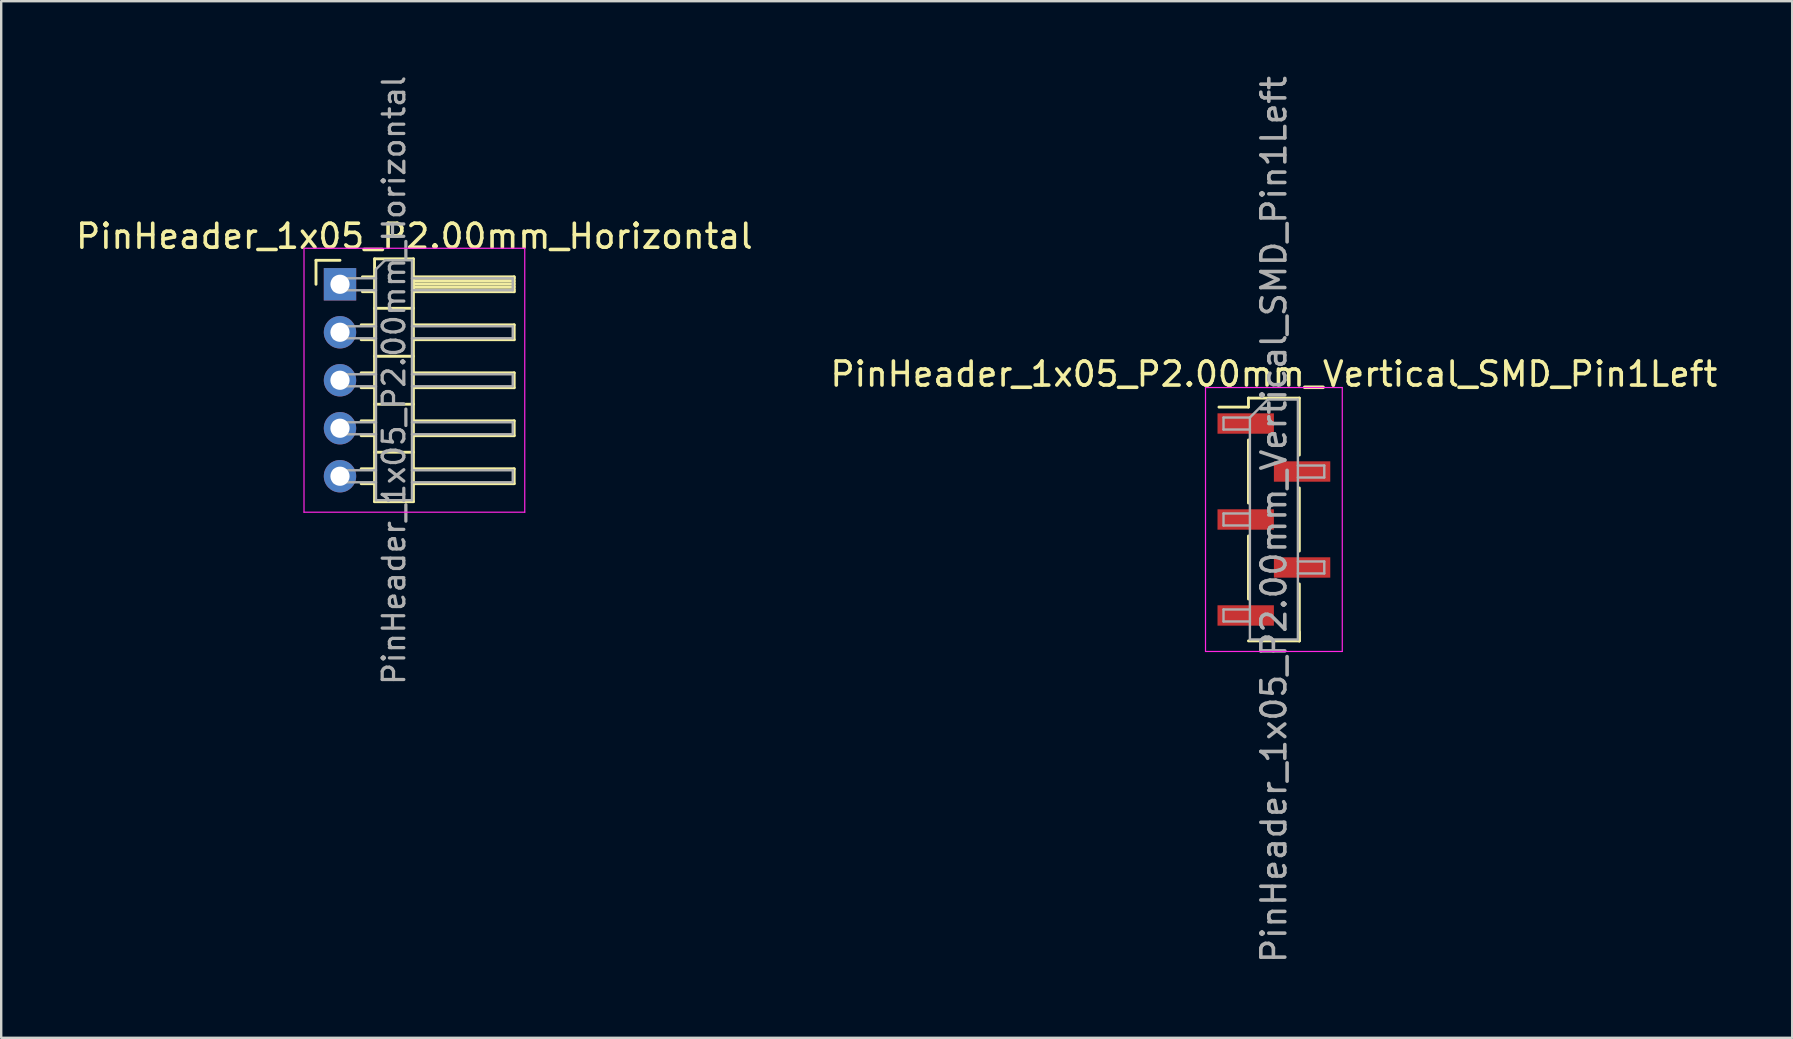
<source format=kicad_pcb>
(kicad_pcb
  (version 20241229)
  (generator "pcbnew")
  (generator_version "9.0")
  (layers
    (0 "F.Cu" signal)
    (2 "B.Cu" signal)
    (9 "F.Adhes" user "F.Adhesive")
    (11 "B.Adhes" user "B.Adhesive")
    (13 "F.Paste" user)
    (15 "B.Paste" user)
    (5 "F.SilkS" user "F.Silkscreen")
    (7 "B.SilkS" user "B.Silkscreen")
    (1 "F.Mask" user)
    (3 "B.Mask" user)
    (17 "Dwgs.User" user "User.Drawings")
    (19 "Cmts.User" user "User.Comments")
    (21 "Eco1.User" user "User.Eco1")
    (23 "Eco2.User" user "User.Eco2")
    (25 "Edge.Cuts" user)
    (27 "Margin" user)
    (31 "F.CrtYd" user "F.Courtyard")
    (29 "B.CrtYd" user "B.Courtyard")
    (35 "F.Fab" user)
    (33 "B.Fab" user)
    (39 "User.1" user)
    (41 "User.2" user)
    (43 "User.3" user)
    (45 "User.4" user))
  (footprint "PinHeader_1x05_P2.00mm_Vertical_SMD_Pin1Left"
    (layer "F.Cu")
    (at 50.042 18.601)
    (property "Reference" "PinHeader_1x05_P2.00mm_Vertical_SMD_Pin1Left" (at 0 -6.06 0) (layer "F.SilkS") (effects (font (size 1 1) (thickness 0.15))))
    (attr smd)
    (fp_line (start -1.06 -5.06) (end -1.06 -4.685) (stroke (width 0.12) (type solid)) (layer "F.SilkS"))
    (fp_line (start -1.06 -5.06) (end 1.06 -5.06) (stroke (width 0.12) (type solid)) (layer "F.SilkS"))
    (fp_line (start -1.06 -4.685) (end -2.29 -4.685) (stroke (width 0.12) (type solid)) (layer "F.SilkS"))
    (fp_line (start -1.06 -3.315) (end -1.06 -0.685) (stroke (width 0.12) (type solid)) (layer "F.SilkS"))
    (fp_line (start -1.06 0.685) (end -1.06 3.315) (stroke (width 0.12) (type solid)) (layer "F.SilkS"))
    (fp_line (start -1.06 5.06) (end 1.06 5.06) (stroke (width 0.12) (type solid)) (layer "F.SilkS"))
    (fp_line (start 1.06 -5.06) (end 1.06 -2.685) (stroke (width 0.12) (type solid)) (layer "F.SilkS"))
    (fp_line (start 1.06 -1.315) (end 1.06 1.315) (stroke (width 0.12) (type solid)) (layer "F.SilkS"))
    (fp_line (start 1.06 2.685) (end 1.06 5.06) (stroke (width 0.12) (type solid)) (layer "F.SilkS"))
    (fp_line (start 1.06 4.685) (end 1.06 5.06) (stroke (width 0.12) (type solid)) (layer "F.SilkS"))
    (fp_line (start -2.85 -5.5) (end -2.85 5.5) (stroke (width 0.05) (type solid)) (layer "F.CrtYd"))
    (fp_line (start -2.85 5.5) (end 2.85 5.5) (stroke (width 0.05) (type solid)) (layer "F.CrtYd"))
    (fp_line (start 2.85 -5.5) (end -2.85 -5.5) (stroke (width 0.05) (type solid)) (layer "F.CrtYd"))
    (fp_line (start 2.85 5.5) (end 2.85 -5.5) (stroke (width 0.05) (type solid)) (layer "F.CrtYd"))
    (fp_line (start -2.1 -4.25) (end -2.1 -3.75) (stroke (width 0.1) (type solid)) (layer "F.Fab"))
    (fp_line (start -2.1 -3.75) (end -1 -3.75) (stroke (width 0.1) (type solid)) (layer "F.Fab"))
    (fp_line (start -2.1 -0.25) (end -2.1 0.25) (stroke (width 0.1) (type solid)) (layer "F.Fab"))
    (fp_line (start -2.1 0.25) (end -1 0.25) (stroke (width 0.1) (type solid)) (layer "F.Fab"))
    (fp_line (start -2.1 3.75) (end -2.1 4.25) (stroke (width 0.1) (type solid)) (layer "F.Fab"))
    (fp_line (start -2.1 4.25) (end -1 4.25) (stroke (width 0.1) (type solid)) (layer "F.Fab"))
    (fp_line (start -1 -4.25) (end -2.1 -4.25) (stroke (width 0.1) (type solid)) (layer "F.Fab"))
    (fp_line (start -1 -4.25) (end -0.25 -5) (stroke (width 0.1) (type solid)) (layer "F.Fab"))
    (fp_line (start -1 -0.25) (end -2.1 -0.25) (stroke (width 0.1) (type solid)) (layer "F.Fab"))
    (fp_line (start -1 3.75) (end -2.1 3.75) (stroke (width 0.1) (type solid)) (layer "F.Fab"))
    (fp_line (start -1 5) (end -1 -4.25) (stroke (width 0.1) (type solid)) (layer "F.Fab"))
    (fp_line (start -0.25 -5) (end 1 -5) (stroke (width 0.1) (type solid)) (layer "F.Fab"))
    (fp_line (start 1 -5) (end 1 5) (stroke (width 0.1) (type solid)) (layer "F.Fab"))
    (fp_line (start 1 -2.25) (end 2.1 -2.25) (stroke (width 0.1) (type solid)) (layer "F.Fab"))
    (fp_line (start 1 1.75) (end 2.1 1.75) (stroke (width 0.1) (type solid)) (layer "F.Fab"))
    (fp_line (start 1 5) (end -1 5) (stroke (width 0.1) (type solid)) (layer "F.Fab"))
    (fp_line (start 2.1 -2.25) (end 2.1 -1.75) (stroke (width 0.1) (type solid)) (layer "F.Fab"))
    (fp_line (start 2.1 -1.75) (end 1 -1.75) (stroke (width 0.1) (type solid)) (layer "F.Fab"))
    (fp_line (start 2.1 1.75) (end 2.1 2.25) (stroke (width 0.1) (type solid)) (layer "F.Fab"))
    (fp_line (start 2.1 2.25) (end 1 2.25) (stroke (width 0.1) (type solid)) (layer "F.Fab"))
    (fp_text user "${REFERENCE}" (at 0 0 90) (layer "F.Fab") (effects (font (size 1 1) (thickness 0.15))))
    (pad "1" smd rect (at -1.175 -4) (size 2.35 0.85) (layers "F.Cu" "F.Mask" "F.Paste"))
    (pad "2" smd rect (at 1.175 -2) (size 2.35 0.85) (layers "F.Cu" "F.Mask" "F.Paste"))
    (pad "3" smd rect (at -1.175 0) (size 2.35 0.85) (layers "F.Cu" "F.Mask" "F.Paste"))
    (pad "4" smd rect (at 1.175 2) (size 2.35 0.85) (layers "F.Cu" "F.Mask" "F.Paste"))
    (pad "5" smd rect (at -1.175 4) (size 2.35 0.85) (layers "F.Cu" "F.Mask" "F.Paste")))
  (footprint "PinHeader_1x05_P2.00mm_Horizontal"
    (layer "F.Cu")
    (at 11.12 8.798)
    (property "Reference" "PinHeader_1x05_P2.00mm_Horizontal" (at 3.1 -2 0) (layer "F.SilkS") (effects (font (size 1 1) (thickness 0.15))))
    (attr through_hole)
    (fp_line (start -1 -1) (end 0 -1) (stroke (width 0.12) (type solid)) (layer "F.SilkS"))
    (fp_line (start -1 0) (end -1 -1) (stroke (width 0.12) (type solid)) (layer "F.SilkS"))
    (fp_line (start 0.882 1.69) (end 1.44 1.69) (stroke (width 0.12) (type solid)) (layer "F.SilkS"))
    (fp_line (start 0.882 2.31) (end 1.44 2.31) (stroke (width 0.12) (type solid)) (layer "F.SilkS"))
    (fp_line (start 0.882 3.69) (end 1.44 3.69) (stroke (width 0.12) (type solid)) (layer "F.SilkS"))
    (fp_line (start 0.882 4.31) (end 1.44 4.31) (stroke (width 0.12) (type solid)) (layer "F.SilkS"))
    (fp_line (start 0.882 5.69) (end 1.44 5.69) (stroke (width 0.12) (type solid)) (layer "F.SilkS"))
    (fp_line (start 0.882 6.31) (end 1.44 6.31) (stroke (width 0.12) (type solid)) (layer "F.SilkS"))
    (fp_line (start 0.882 7.69) (end 1.44 7.69) (stroke (width 0.12) (type solid)) (layer "F.SilkS"))
    (fp_line (start 0.882 8.31) (end 1.44 8.31) (stroke (width 0.12) (type solid)) (layer "F.SilkS"))
    (fp_line (start 0.935 -0.31) (end 1.44 -0.31) (stroke (width 0.12) (type solid)) (layer "F.SilkS"))
    (fp_line (start 0.935 0.31) (end 1.44 0.31) (stroke (width 0.12) (type solid)) (layer "F.SilkS"))
    (fp_line (start 1.44 -1.06) (end 1.44 9.06) (stroke (width 0.12) (type solid)) (layer "F.SilkS"))
    (fp_line (start 1.44 1) (end 3.06 1) (stroke (width 0.12) (type solid)) (layer "F.SilkS"))
    (fp_line (start 1.44 3) (end 3.06 3) (stroke (width 0.12) (type solid)) (layer "F.SilkS"))
    (fp_line (start 1.44 5) (end 3.06 5) (stroke (width 0.12) (type solid)) (layer "F.SilkS"))
    (fp_line (start 1.44 7) (end 3.06 7) (stroke (width 0.12) (type solid)) (layer "F.SilkS"))
    (fp_line (start 1.44 9.06) (end 3.06 9.06) (stroke (width 0.12) (type solid)) (layer "F.SilkS"))
    (fp_line (start 3.06 -1.06) (end 1.44 -1.06) (stroke (width 0.12) (type solid)) (layer "F.SilkS"))
    (fp_line (start 3.06 -0.31) (end 7.26 -0.31) (stroke (width 0.12) (type solid)) (layer "F.SilkS"))
    (fp_line (start 3.06 -0.25) (end 7.26 -0.25) (stroke (width 0.12) (type solid)) (layer "F.SilkS"))
    (fp_line (start 3.06 -0.13) (end 7.26 -0.13) (stroke (width 0.12) (type solid)) (layer "F.SilkS"))
    (fp_line (start 3.06 -0.01) (end 7.26 -0.01) (stroke (width 0.12) (type solid)) (layer "F.SilkS"))
    (fp_line (start 3.06 0.11) (end 7.26 0.11) (stroke (width 0.12) (type solid)) (layer "F.SilkS"))
    (fp_line (start 3.06 0.23) (end 7.26 0.23) (stroke (width 0.12) (type solid)) (layer "F.SilkS"))
    (fp_line (start 3.06 1.69) (end 7.26 1.69) (stroke (width 0.12) (type solid)) (layer "F.SilkS"))
    (fp_line (start 3.06 3.69) (end 7.26 3.69) (stroke (width 0.12) (type solid)) (layer "F.SilkS"))
    (fp_line (start 3.06 5.69) (end 7.26 5.69) (stroke (width 0.12) (type solid)) (layer "F.SilkS"))
    (fp_line (start 3.06 7.69) (end 7.26 7.69) (stroke (width 0.12) (type solid)) (layer "F.SilkS"))
    (fp_line (start 3.06 9.06) (end 3.06 -1.06) (stroke (width 0.12) (type solid)) (layer "F.SilkS"))
    (fp_line (start 7.26 -0.31) (end 7.26 0.31) (stroke (width 0.12) (type solid)) (layer "F.SilkS"))
    (fp_line (start 7.26 0.31) (end 3.06 0.31) (stroke (width 0.12) (type solid)) (layer "F.SilkS"))
    (fp_line (start 7.26 1.69) (end 7.26 2.31) (stroke (width 0.12) (type solid)) (layer "F.SilkS"))
    (fp_line (start 7.26 2.31) (end 3.06 2.31) (stroke (width 0.12) (type solid)) (layer "F.SilkS"))
    (fp_line (start 7.26 3.69) (end 7.26 4.31) (stroke (width 0.12) (type solid)) (layer "F.SilkS"))
    (fp_line (start 7.26 4.31) (end 3.06 4.31) (stroke (width 0.12) (type solid)) (layer "F.SilkS"))
    (fp_line (start 7.26 5.69) (end 7.26 6.31) (stroke (width 0.12) (type solid)) (layer "F.SilkS"))
    (fp_line (start 7.26 6.31) (end 3.06 6.31) (stroke (width 0.12) (type solid)) (layer "F.SilkS"))
    (fp_line (start 7.26 7.69) (end 7.26 8.31) (stroke (width 0.12) (type solid)) (layer "F.SilkS"))
    (fp_line (start 7.26 8.31) (end 3.06 8.31) (stroke (width 0.12) (type solid)) (layer "F.SilkS"))
    (fp_line (start -1.5 -1.5) (end -1.5 9.5) (stroke (width 0.05) (type solid)) (layer "F.CrtYd"))
    (fp_line (start -1.5 9.5) (end 7.7 9.5) (stroke (width 0.05) (type solid)) (layer "F.CrtYd"))
    (fp_line (start 7.7 -1.5) (end -1.5 -1.5) (stroke (width 0.05) (type solid)) (layer "F.CrtYd"))
    (fp_line (start 7.7 9.5) (end 7.7 -1.5) (stroke (width 0.05) (type solid)) (layer "F.CrtYd"))
    (fp_line (start -0.25 -0.25) (end -0.25 0.25) (stroke (width 0.1) (type solid)) (layer "F.Fab"))
    (fp_line (start -0.25 -0.25) (end 1.5 -0.25) (stroke (width 0.1) (type solid)) (layer "F.Fab"))
    (fp_line (start -0.25 0.25) (end 1.5 0.25) (stroke (width 0.1) (type solid)) (layer "F.Fab"))
    (fp_line (start -0.25 1.75) (end -0.25 2.25) (stroke (width 0.1) (type solid)) (layer "F.Fab"))
    (fp_line (start -0.25 1.75) (end 1.5 1.75) (stroke (width 0.1) (type solid)) (layer "F.Fab"))
    (fp_line (start -0.25 2.25) (end 1.5 2.25) (stroke (width 0.1) (type solid)) (layer "F.Fab"))
    (fp_line (start -0.25 3.75) (end -0.25 4.25) (stroke (width 0.1) (type solid)) (layer "F.Fab"))
    (fp_line (start -0.25 3.75) (end 1.5 3.75) (stroke (width 0.1) (type solid)) (layer "F.Fab"))
    (fp_line (start -0.25 4.25) (end 1.5 4.25) (stroke (width 0.1) (type solid)) (layer "F.Fab"))
    (fp_line (start -0.25 5.75) (end -0.25 6.25) (stroke (width 0.1) (type solid)) (layer "F.Fab"))
    (fp_line (start -0.25 5.75) (end 1.5 5.75) (stroke (width 0.1) (type solid)) (layer "F.Fab"))
    (fp_line (start -0.25 6.25) (end 1.5 6.25) (stroke (width 0.1) (type solid)) (layer "F.Fab"))
    (fp_line (start -0.25 7.75) (end -0.25 8.25) (stroke (width 0.1) (type solid)) (layer "F.Fab"))
    (fp_line (start -0.25 7.75) (end 1.5 7.75) (stroke (width 0.1) (type solid)) (layer "F.Fab"))
    (fp_line (start -0.25 8.25) (end 1.5 8.25) (stroke (width 0.1) (type solid)) (layer "F.Fab"))
    (fp_line (start 1.5 -0.625) (end 1.875 -1) (stroke (width 0.1) (type solid)) (layer "F.Fab"))
    (fp_line (start 1.5 9) (end 1.5 -0.625) (stroke (width 0.1) (type solid)) (layer "F.Fab"))
    (fp_line (start 1.875 -1) (end 3 -1) (stroke (width 0.1) (type solid)) (layer "F.Fab"))
    (fp_line (start 3 -1) (end 3 9) (stroke (width 0.1) (type solid)) (layer "F.Fab"))
    (fp_line (start 3 -0.25) (end 7.2 -0.25) (stroke (width 0.1) (type solid)) (layer "F.Fab"))
    (fp_line (start 3 0.25) (end 7.2 0.25) (stroke (width 0.1) (type solid)) (layer "F.Fab"))
    (fp_line (start 3 1.75) (end 7.2 1.75) (stroke (width 0.1) (type solid)) (layer "F.Fab"))
    (fp_line (start 3 2.25) (end 7.2 2.25) (stroke (width 0.1) (type solid)) (layer "F.Fab"))
    (fp_line (start 3 3.75) (end 7.2 3.75) (stroke (width 0.1) (type solid)) (layer "F.Fab"))
    (fp_line (start 3 4.25) (end 7.2 4.25) (stroke (width 0.1) (type solid)) (layer "F.Fab"))
    (fp_line (start 3 5.75) (end 7.2 5.75) (stroke (width 0.1) (type solid)) (layer "F.Fab"))
    (fp_line (start 3 6.25) (end 7.2 6.25) (stroke (width 0.1) (type solid)) (layer "F.Fab"))
    (fp_line (start 3 7.75) (end 7.2 7.75) (stroke (width 0.1) (type solid)) (layer "F.Fab"))
    (fp_line (start 3 8.25) (end 7.2 8.25) (stroke (width 0.1) (type solid)) (layer "F.Fab"))
    (fp_line (start 3 9) (end 1.5 9) (stroke (width 0.1) (type solid)) (layer "F.Fab"))
    (fp_line (start 7.2 -0.25) (end 7.2 0.25) (stroke (width 0.1) (type solid)) (layer "F.Fab"))
    (fp_line (start 7.2 1.75) (end 7.2 2.25) (stroke (width 0.1) (type solid)) (layer "F.Fab"))
    (fp_line (start 7.2 3.75) (end 7.2 4.25) (stroke (width 0.1) (type solid)) (layer "F.Fab"))
    (fp_line (start 7.2 5.75) (end 7.2 6.25) (stroke (width 0.1) (type solid)) (layer "F.Fab"))
    (fp_line (start 7.2 7.75) (end 7.2 8.25) (stroke (width 0.1) (type solid)) (layer "F.Fab"))
    (fp_text user "${REFERENCE}" (at 2.25 4 90) (layer "F.Fab") (effects (font (size 0.9 0.9) (thickness 0.135))))
    (pad "1" thru_hole rect (at 0 0) (size 1.35 1.35) (drill 0.8) (layers "*.Cu" "*.Mask"))
    (pad "2" thru_hole oval (at 0 2) (size 1.35 1.35) (drill 0.8) (layers "*.Cu" "*.Mask"))
    (pad "3" thru_hole oval (at 0 4) (size 1.35 1.35) (drill 0.8) (layers "*.Cu" "*.Mask"))
    (pad "4" thru_hole oval (at 0 6) (size 1.35 1.35) (drill 0.8) (layers "*.Cu" "*.Mask"))
    (pad "5" thru_hole oval (at 0 8) (size 1.35 1.35) (drill 0.8) (layers "*.Cu" "*.Mask")))
  (gr_rect
    (start -3 -3)
    (end 71.643 40.202)
    (stroke (width 0.1) (type default))
    (fill no)
    (layer "Edge.Cuts")))
</source>
